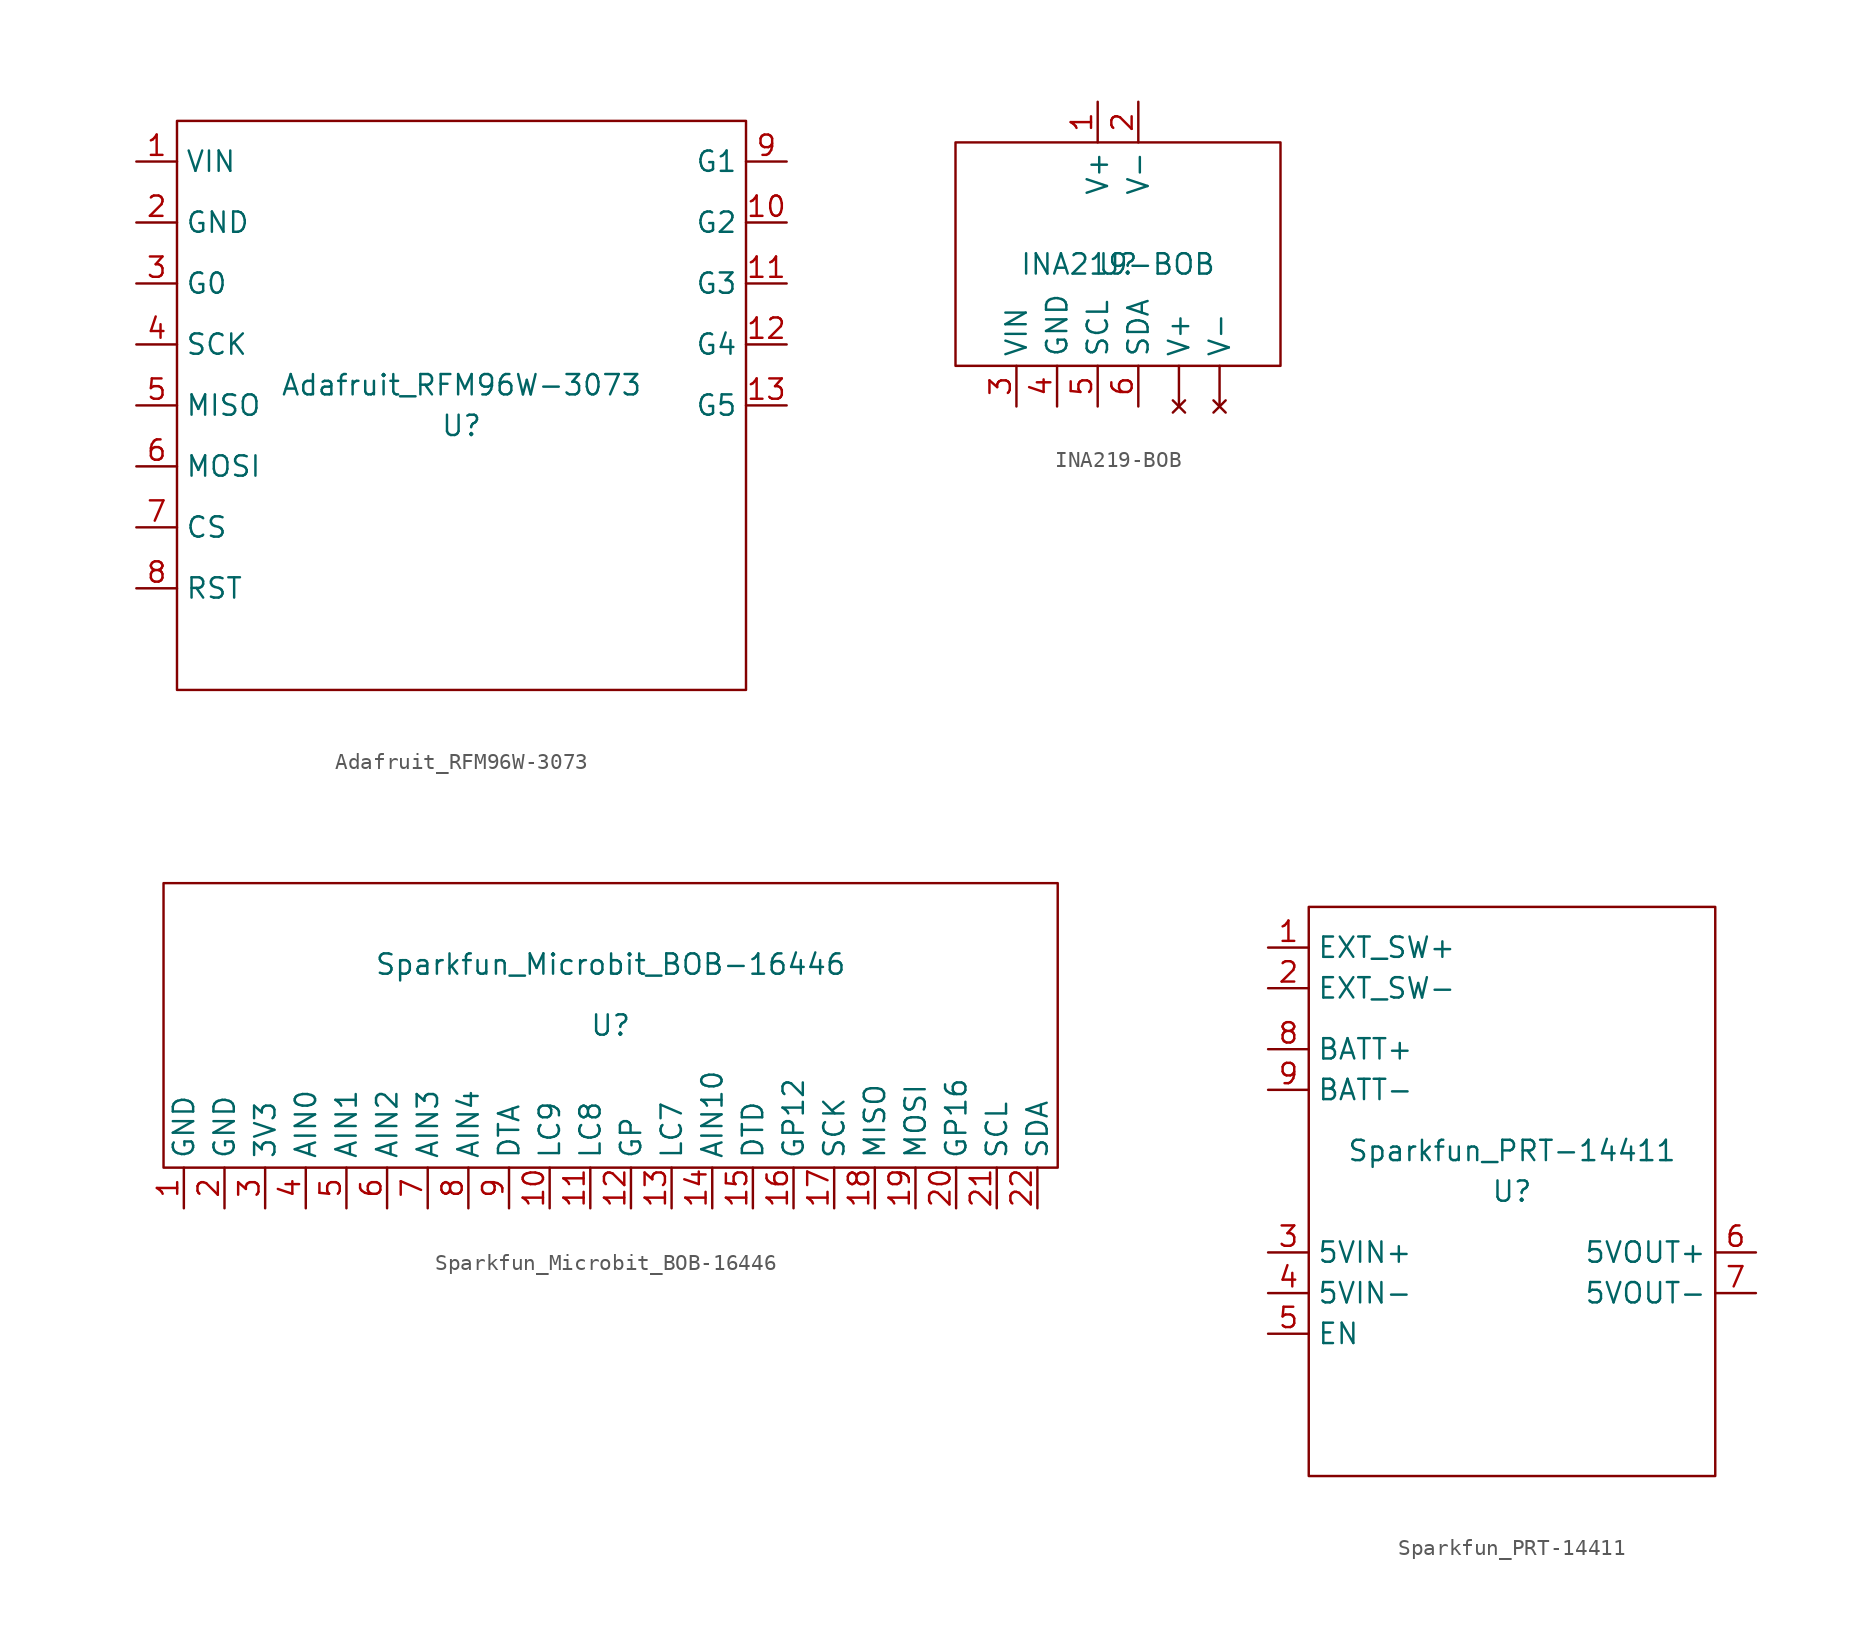
<source format=kicad_sym>
(kicad_symbol_lib
  (version 20211014)
  (generator kicad_symbol_editor)
  (symbol "Adafruit_RFM96W-3073"
    (property "Reference" "U"
      (at 0 0 0)
      (effects (font (size 1.27 1.27))))
    (property "Value" "Adafruit_RFM96W-3073"
      (at 0 2.54 0)
      (effects (font (size 1.27 1.27))))
    (symbol "Adafruit_RFM96W-3073_0_1"
      (rectangle (start -17.78 19.05) (end 17.78 -16.51) (stroke (width 0) (type default) (color 0 0 0 0)) (fill (type none))))
    (symbol "Adafruit_RFM96W-3073_1_1"
      (pin power_in line (at -20.32 16.51 0) (length 2.54) (name "VIN" (effects (font (size 1.27 1.27)))) (number "1" (effects (font (size 1.27 1.27)))))
      (pin bidirectional line (at 20.32 12.7 180) (length 2.54) (name "G2" (effects (font (size 1.27 1.27)))) (number "10" (effects (font (size 1.27 1.27)))))
      (pin bidirectional line (at 20.32 8.89 180) (length 2.54) (name "G3" (effects (font (size 1.27 1.27)))) (number "11" (effects (font (size 1.27 1.27)))))
      (pin bidirectional line (at 20.32 5.08 180) (length 2.54) (name "G4" (effects (font (size 1.27 1.27)))) (number "12" (effects (font (size 1.27 1.27)))))
      (pin bidirectional line (at 20.32 1.27 180) (length 2.54) (name "G5" (effects (font (size 1.27 1.27)))) (number "13" (effects (font (size 1.27 1.27)))))
      (pin power_in line (at -20.32 12.7 0) (length 2.54) (name "GND" (effects (font (size 1.27 1.27)))) (number "2" (effects (font (size 1.27 1.27)))))
      (pin bidirectional line (at -20.32 8.89 0) (length 2.54) (name "G0" (effects (font (size 1.27 1.27)))) (number "3" (effects (font (size 1.27 1.27)))))
      (pin bidirectional line (at -20.32 5.08 0) (length 2.54) (name "SCK" (effects (font (size 1.27 1.27)))) (number "4" (effects (font (size 1.27 1.27)))))
      (pin bidirectional line (at -20.32 1.27 0) (length 2.54) (name "MISO" (effects (font (size 1.27 1.27)))) (number "5" (effects (font (size 1.27 1.27)))))
      (pin bidirectional line (at -20.32 -2.54 0) (length 2.54) (name "MOSI" (effects (font (size 1.27 1.27)))) (number "6" (effects (font (size 1.27 1.27)))))
      (pin bidirectional line (at -20.32 -6.35 0) (length 2.54) (name "CS" (effects (font (size 1.27 1.27)))) (number "7" (effects (font (size 1.27 1.27)))))
      (pin bidirectional line (at -20.32 -10.16 0) (length 2.54) (name "RST" (effects (font (size 1.27 1.27)))) (number "8" (effects (font (size 1.27 1.27)))))
      (pin bidirectional line (at 20.32 16.51 180) (length 2.54) (name "G1" (effects (font (size 1.27 1.27)))) (number "9" (effects (font (size 1.27 1.27)))))))
  (symbol "INA219-BOB"
    (property "Reference" "U"
      (at 0 0 0)
      (effects (font (size 1.27 1.27))))
    (property "Value" "INA219-BOB"
      (at 0 0 0)
      (effects (font (size 1.27 1.27))))
    (symbol "INA219-BOB_0_1"
      (rectangle (start -10.16 7.62) (end 10.16 -6.35) (stroke (width 0) (type default) (color 0 0 0 0)) (fill (type none))))
    (symbol "INA219-BOB_1_1"
      (pin no_connect line (at 3.81 -8.89 90) (length 2.54) (name "V+" (effects (font (size 1.27 1.27)))) (number "" (effects (font (size 1.27 1.27)))))
      (pin no_connect line (at 6.35 -8.89 90) (length 2.54) (name "V-" (effects (font (size 1.27 1.27)))) (number "" (effects (font (size 1.27 1.27)))))
      (pin power_in line (at -1.27 10.16 270) (length 2.54) (name "V+" (effects (font (size 1.27 1.27)))) (number "1" (effects (font (size 1.27 1.27)))))
      (pin power_out line (at 1.27 10.16 270) (length 2.54) (name "V-" (effects (font (size 1.27 1.27)))) (number "2" (effects (font (size 1.27 1.27)))))
      (pin power_in line (at -6.35 -8.89 90) (length 2.54) (name "VIN" (effects (font (size 1.27 1.27)))) (number "3" (effects (font (size 1.27 1.27)))))
      (pin power_in line (at -3.81 -8.89 90) (length 2.54) (name "GND" (effects (font (size 1.27 1.27)))) (number "4" (effects (font (size 1.27 1.27)))))
      (pin bidirectional line (at -1.27 -8.89 90) (length 2.54) (name "SCL" (effects (font (size 1.27 1.27)))) (number "5" (effects (font (size 1.27 1.27)))))
      (pin bidirectional line (at 1.27 -8.89 90) (length 2.54) (name "SDA" (effects (font (size 1.27 1.27)))) (number "6" (effects (font (size 1.27 1.27)))))))
  (symbol "Sparkfun_Microbit_BOB-16446"
    (property "Reference" "U"
      (at 0 0 0)
      (effects (font (size 1.27 1.27))))
    (property "Value" "Sparkfun_Microbit_BOB-16446"
      (at 0 3.81 0)
      (effects (font (size 1.27 1.27))))
    (symbol "Sparkfun_Microbit_BOB-16446_0_1"
      (rectangle (start -27.94 8.89) (end 27.94 -8.89) (stroke (width 0) (type default) (color 0 0 0 0)) (fill (type none))))
    (symbol "Sparkfun_Microbit_BOB-16446_1_1"
      (pin power_in line (at -26.67 -11.43 90) (length 2.54) (name "GND" (effects (font (size 1.27 1.27)))) (number "1" (effects (font (size 1.27 1.27)))))
      (pin bidirectional line (at -3.81 -11.43 90) (length 2.54) (name "LC9" (effects (font (size 1.27 1.27)))) (number "10" (effects (font (size 1.27 1.27)))))
      (pin bidirectional line (at -1.27 -11.43 90) (length 2.54) (name "LC8" (effects (font (size 1.27 1.27)))) (number "11" (effects (font (size 1.27 1.27)))))
      (pin bidirectional line (at 1.27 -11.43 90) (length 2.54) (name "GP" (effects (font (size 1.27 1.27)))) (number "12" (effects (font (size 1.27 1.27)))))
      (pin bidirectional line (at 3.81 -11.43 90) (length 2.54) (name "LC7" (effects (font (size 1.27 1.27)))) (number "13" (effects (font (size 1.27 1.27)))))
      (pin bidirectional line (at 6.35 -11.43 90) (length 2.54) (name "AIN10" (effects (font (size 1.27 1.27)))) (number "14" (effects (font (size 1.27 1.27)))))
      (pin bidirectional line (at 8.89 -11.43 90) (length 2.54) (name "DTD" (effects (font (size 1.27 1.27)))) (number "15" (effects (font (size 1.27 1.27)))))
      (pin bidirectional line (at 11.43 -11.43 90) (length 2.54) (name "GP12" (effects (font (size 1.27 1.27)))) (number "16" (effects (font (size 1.27 1.27)))))
      (pin bidirectional line (at 13.97 -11.43 90) (length 2.54) (name "SCK" (effects (font (size 1.27 1.27)))) (number "17" (effects (font (size 1.27 1.27)))))
      (pin bidirectional line (at 16.51 -11.43 90) (length 2.54) (name "MISO" (effects (font (size 1.27 1.27)))) (number "18" (effects (font (size 1.27 1.27)))))
      (pin bidirectional line (at 19.05 -11.43 90) (length 2.54) (name "MOSI" (effects (font (size 1.27 1.27)))) (number "19" (effects (font (size 1.27 1.27)))))
      (pin power_in line (at -24.13 -11.43 90) (length 2.54) (name "GND" (effects (font (size 1.27 1.27)))) (number "2" (effects (font (size 1.27 1.27)))))
      (pin bidirectional line (at 21.59 -11.43 90) (length 2.54) (name "GP16" (effects (font (size 1.27 1.27)))) (number "20" (effects (font (size 1.27 1.27)))))
      (pin bidirectional line (at 24.13 -11.43 90) (length 2.54) (name "SCL" (effects (font (size 1.27 1.27)))) (number "21" (effects (font (size 1.27 1.27)))))
      (pin bidirectional line (at 26.67 -11.43 90) (length 2.54) (name "SDA" (effects (font (size 1.27 1.27)))) (number "22" (effects (font (size 1.27 1.27)))))
      (pin power_in line (at -21.59 -11.43 90) (length 2.54) (name "3V3" (effects (font (size 1.27 1.27)))) (number "3" (effects (font (size 1.27 1.27)))))
      (pin bidirectional line (at -19.05 -11.43 90) (length 2.54) (name "AIN0" (effects (font (size 1.27 1.27)))) (number "4" (effects (font (size 1.27 1.27)))))
      (pin bidirectional line (at -16.51 -11.43 90) (length 2.54) (name "AIN1" (effects (font (size 1.27 1.27)))) (number "5" (effects (font (size 1.27 1.27)))))
      (pin bidirectional line (at -13.97 -11.43 90) (length 2.54) (name "AIN2" (effects (font (size 1.27 1.27)))) (number "6" (effects (font (size 1.27 1.27)))))
      (pin bidirectional line (at -11.43 -11.43 90) (length 2.54) (name "AIN3" (effects (font (size 1.27 1.27)))) (number "7" (effects (font (size 1.27 1.27)))))
      (pin bidirectional line (at -8.89 -11.43 90) (length 2.54) (name "AIN4" (effects (font (size 1.27 1.27)))) (number "8" (effects (font (size 1.27 1.27)))))
      (pin bidirectional line (at -6.35 -11.43 90) (length 2.54) (name "DTA" (effects (font (size 1.27 1.27)))) (number "9" (effects (font (size 1.27 1.27)))))))
  (symbol "Sparkfun_PRT-14411"
    (property "Reference" "U"
      (at 0 0 0)
      (effects (font (size 1.27 1.27))))
    (property "Value" "Sparkfun_PRT-14411"
      (at 0 2.54 0)
      (effects (font (size 1.27 1.27))))
    (symbol "Sparkfun_PRT-14411_0_1"
      (rectangle (start -12.7 17.78) (end 12.7 -17.78) (stroke (width 0) (type default) (color 0 0 0 0)) (fill (type none))))
    (symbol "Sparkfun_PRT-14411_1_1"
      (pin bidirectional line (at -15.24 15.24 0) (length 2.54) (name "EXT_SW+" (effects (font (size 1.27 1.27)))) (number "1" (effects (font (size 1.27 1.27)))))
      (pin bidirectional line (at -15.24 12.7 0) (length 2.54) (name "EXT_SW-" (effects (font (size 1.27 1.27)))) (number "2" (effects (font (size 1.27 1.27)))))
      (pin power_in line (at -15.24 -3.81 0) (length 2.54) (name "5VIN+" (effects (font (size 1.27 1.27)))) (number "3" (effects (font (size 1.27 1.27)))))
      (pin power_in line (at -15.24 -6.35 0) (length 2.54) (name "5VIN-" (effects (font (size 1.27 1.27)))) (number "4" (effects (font (size 1.27 1.27)))))
      (pin input line (at -15.24 -8.89 0) (length 2.54) (name "EN" (effects (font (size 1.27 1.27)))) (number "5" (effects (font (size 1.27 1.27)))))
      (pin power_out line (at 15.24 -3.81 180) (length 2.54) (name "5VOUT+" (effects (font (size 1.27 1.27)))) (number "6" (effects (font (size 1.27 1.27)))))
      (pin power_out line (at 15.24 -6.35 180) (length 2.54) (name "5VOUT-" (effects (font (size 1.27 1.27)))) (number "7" (effects (font (size 1.27 1.27)))))
      (pin power_in line (at -15.24 8.89 0) (length 2.54) (name "BATT+" (effects (font (size 1.27 1.27)))) (number "8" (effects (font (size 1.27 1.27)))))
      (pin power_in line (at -15.24 6.35 0) (length 2.54) (name "BATT-" (effects (font (size 1.27 1.27)))) (number "9" (effects (font (size 1.27 1.27))))))))
</source>
